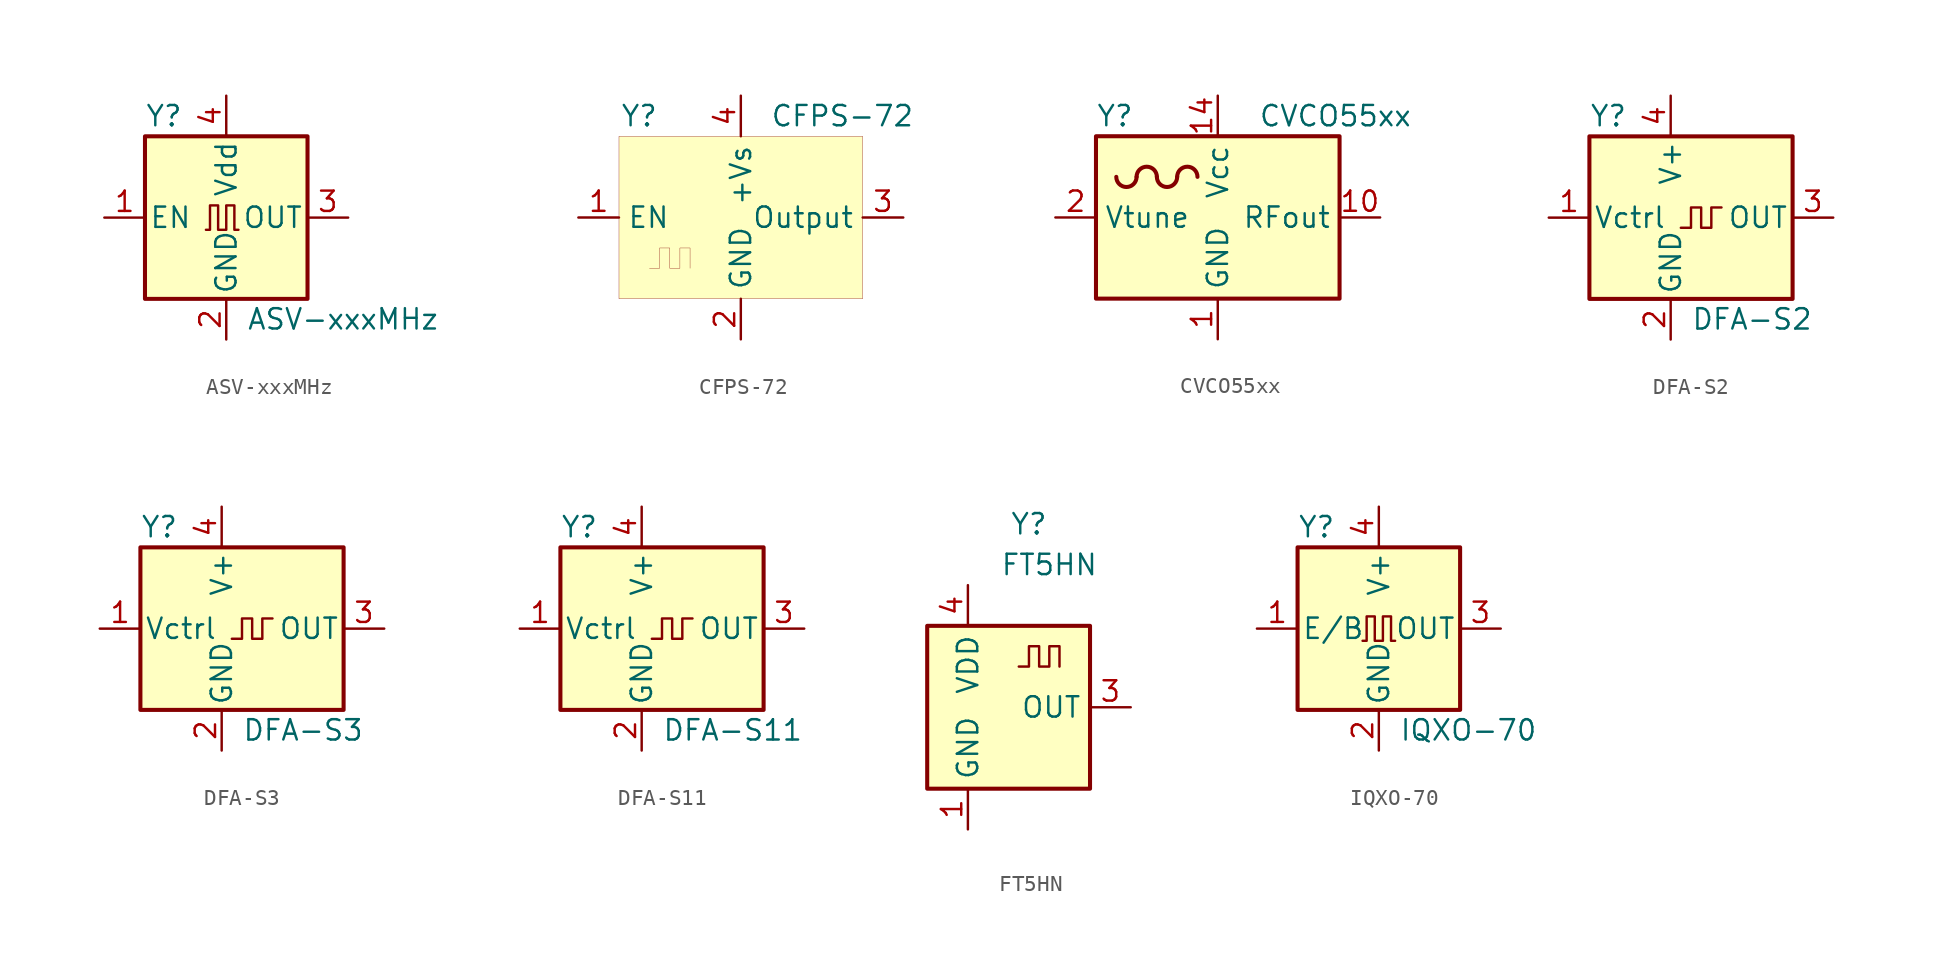
<source format=kicad_sym>
(kicad_symbol_lib
  (version 20241209)
  (generator "kicad_symbol_editor")
  (generator_version "9.0")
  (symbol "ASV-xxxMHz"
    (pin_names
      (offset 0.254))
    (property "Reference" "Y"
      (at -5.08 6.35 0)
      (effects (font (size 1.27 1.27)) (justify left)))
    (property "Value" "ASV-xxxMHz"
      (at 1.27 -6.35 0)
      (effects (font (size 1.27 1.27)) (justify left)))
    (symbol "ASV-xxxMHz_0_1"
      (rectangle (start -5.08 5.08) (end 5.08 -5.08) (stroke (width 0.254) (type default)) (fill (type background)))
      (polyline (pts (xy -1.27 -0.762) (xy -1.016 -0.762) (xy -1.016 0.762) (xy -0.508 0.762) (xy -0.508 -0.762) (xy 0 -0.762) (xy 0 0.762) (xy 0.508 0.762) (xy 0.508 -0.762) (xy 0.762 -0.762)) (stroke (width 0) (type default)) (fill (type none))))
    (symbol "ASV-xxxMHz_1_1"
      (pin input line (at -7.62 0 0) (length 2.54) (name "EN" (effects (font (size 1.27 1.27)))) (number "1" (effects (font (size 1.27 1.27)))))
      (pin power_in line (at 0 7.62 270) (length 2.54) (name "Vdd" (effects (font (size 1.27 1.27)))) (number "4" (effects (font (size 1.27 1.27)))))
      (pin power_in line (at 0 -7.62 90) (length 2.54) (name "GND" (effects (font (size 1.27 1.27)))) (number "2" (effects (font (size 1.27 1.27)))))
      (pin output line (at 7.62 0 180) (length 2.54) (name "OUT" (effects (font (size 1.27 1.27)))) (number "3" (effects (font (size 1.27 1.27)))))))
  (symbol "CFPS-72"
    (property "Reference" "Y"
      (at -6.35 6.35 0)
      (effects (font (size 1.27 1.27))))
    (property "Value" "CFPS-72"
      (at 6.35 6.35 0)
      (effects (font (size 1.27 1.27))))
    (symbol "CFPS-72_0_1"
      (rectangle (start -7.62 5.08) (end 7.62 -5.08) (stroke (width 0.001) (type default)) (fill (type background)))
      (polyline (pts (xy -5.715 -3.175) (xy -5.08 -3.175) (xy -5.08 -1.905) (xy -4.445 -1.905) (xy -4.445 -3.175) (xy -3.81 -3.175) (xy -3.81 -1.905) (xy -3.175 -1.905) (xy -3.175 -3.175)) (stroke (width 0.001) (type default)) (fill (type none))))
    (symbol "CFPS-72_1_1"
      (pin input line (at -10.16 0 0) (length 2.54) (name "EN" (effects (font (size 1.27 1.27)))) (number "1" (effects (font (size 1.27 1.27)))))
      (pin power_in line (at 0 7.62 270) (length 2.54) (name "+Vs" (effects (font (size 1.27 1.27)))) (number "4" (effects (font (size 1.27 1.27)))))
      (pin power_in line (at 0 -7.62 90) (length 2.54) (name "GND" (effects (font (size 1.27 1.27)))) (number "2" (effects (font (size 1.27 1.27)))))
      (pin output line (at 10.16 0 180) (length 2.54) (name "Output" (effects (font (size 1.27 1.27)))) (number "3" (effects (font (size 1.27 1.27)))))))
  (symbol "CVCO55xx"
    (property "Reference" "Y"
      (at -7.62 6.35 0)
      (effects (font (size 1.27 1.27)) (justify left)))
    (property "Value" "CVCO55xx"
      (at 2.54 6.35 0)
      (effects (font (size 1.27 1.27)) (justify left)))
    (symbol "CVCO55xx_0_0"
      (pin passive line (at 0 -7.62 90) (length 2.54) (hide yes) (name "GND" (effects (font (size 1.27 1.27)))) (number "15" (effects (font (size 1.27 1.27)))))
      (pin passive line (at 0 -7.62 90) (length 2.54) (hide yes) (name "GND" (effects (font (size 1.27 1.27)))) (number "16" (effects (font (size 1.27 1.27))))))
    (symbol "CVCO55xx_0_1"
      (rectangle (start -7.62 5.08) (end 7.62 -5.08) (stroke (width 0.254) (type default)) (fill (type background)))
      (arc (start -5.08 2.54) (mid -5.715 1.9077) (end -6.35 2.54) (stroke (width 0.254) (type default)) (fill (type none)))
      (arc (start -5.08 2.54) (mid -4.445 3.1723) (end -3.81 2.54) (stroke (width 0.254) (type default)) (fill (type none)))
      (arc (start -2.54 2.54) (mid -3.175 1.9077) (end -3.81 2.54) (stroke (width 0.254) (type default)) (fill (type none)))
      (arc (start -2.54 2.54) (mid -1.905 3.1723) (end -1.27 2.54) (stroke (width 0.254) (type default)) (fill (type none))))
    (symbol "CVCO55xx_1_1"
      (pin passive line (at -10.16 0 0) (length 2.54) (name "Vtune" (effects (font (size 1.27 1.27)))) (number "2" (effects (font (size 1.27 1.27)))))
      (pin power_in line (at 0 7.62 270) (length 2.54) (name "Vcc" (effects (font (size 1.27 1.27)))) (number "14" (effects (font (size 1.27 1.27)))))
      (pin power_in line (at 0 -7.62 90) (length 2.54) (name "GND" (effects (font (size 1.27 1.27)))) (number "1" (effects (font (size 1.27 1.27)))))
      (pin passive line (at 0 -7.62 90) (length 2.54) (hide yes) (name "GND" (effects (font (size 1.27 1.27)))) (number "11" (effects (font (size 1.27 1.27)))))
      (pin passive line (at 0 -7.62 90) (length 2.54) (hide yes) (name "GND" (effects (font (size 1.27 1.27)))) (number "12" (effects (font (size 1.27 1.27)))))
      (pin passive line (at 0 -7.62 90) (length 2.54) (hide yes) (name "GND" (effects (font (size 1.27 1.27)))) (number "13" (effects (font (size 1.27 1.27)))))
      (pin passive line (at 0 -7.62 90) (length 2.54) (hide yes) (name "GND" (effects (font (size 1.27 1.27)))) (number "3" (effects (font (size 1.27 1.27)))))
      (pin passive line (at 0 -7.62 90) (length 2.54) (hide yes) (name "GND" (effects (font (size 1.27 1.27)))) (number "4" (effects (font (size 1.27 1.27)))))
      (pin passive line (at 0 -7.62 90) (length 2.54) (hide yes) (name "GND" (effects (font (size 1.27 1.27)))) (number "5" (effects (font (size 1.27 1.27)))))
      (pin passive line (at 0 -7.62 90) (length 2.54) (hide yes) (name "GND" (effects (font (size 1.27 1.27)))) (number "6" (effects (font (size 1.27 1.27)))))
      (pin passive line (at 0 -7.62 90) (length 2.54) (hide yes) (name "GND" (effects (font (size 1.27 1.27)))) (number "7" (effects (font (size 1.27 1.27)))))
      (pin passive line (at 0 -7.62 90) (length 2.54) (hide yes) (name "GND" (effects (font (size 1.27 1.27)))) (number "8" (effects (font (size 1.27 1.27)))))
      (pin passive line (at 0 -7.62 90) (length 2.54) (hide yes) (name "GND" (effects (font (size 1.27 1.27)))) (number "9" (effects (font (size 1.27 1.27)))))
      (pin output line (at 10.16 0 180) (length 2.54) (name "RFout" (effects (font (size 1.27 1.27)))) (number "10" (effects (font (size 1.27 1.27)))))))
  (symbol "DFA-S2"
    (pin_names
      (offset 0.254))
    (property "Reference" "Y"
      (at -5.08 6.35 0)
      (effects (font (size 1.27 1.27)) (justify left)))
    (property "Value" "DFA-S2"
      (at 1.27 -6.35 0)
      (effects (font (size 1.27 1.27)) (justify left)))
    (symbol "DFA-S2_0_1"
      (rectangle (start -5.08 5.08) (end 7.62 -5.08) (stroke (width 0.254) (type default)) (fill (type background)))
      (polyline (pts (xy 0.635 -0.635) (xy 1.27 -0.635) (xy 1.27 0.635) (xy 1.905 0.635) (xy 1.905 -0.635) (xy 2.54 -0.635) (xy 2.54 0.635) (xy 3.175 0.635)) (stroke (width 0) (type default)) (fill (type none))))
    (symbol "DFA-S2_1_1"
      (pin input line (at -7.62 0 0) (length 2.54) (name "Vctrl" (effects (font (size 1.27 1.27)))) (number "1" (effects (font (size 1.27 1.27)))))
      (pin power_in line (at 0 7.62 270) (length 2.54) (name "V+" (effects (font (size 1.27 1.27)))) (number "4" (effects (font (size 1.27 1.27)))))
      (pin power_in line (at 0 -7.62 90) (length 2.54) (name "GND" (effects (font (size 1.27 1.27)))) (number "2" (effects (font (size 1.27 1.27)))))
      (pin output line (at 10.16 0 180) (length 2.54) (name "OUT" (effects (font (size 1.27 1.27)))) (number "3" (effects (font (size 1.27 1.27)))))))
  (symbol "DFA-S3"
    (pin_names
      (offset 0.254))
    (property "Reference" "Y"
      (at -5.08 6.35 0)
      (effects (font (size 1.27 1.27)) (justify left)))
    (property "Value" "DFA-S3"
      (at 1.27 -6.35 0)
      (effects (font (size 1.27 1.27)) (justify left)))
    (symbol "DFA-S3_0_1"
      (rectangle (start -5.08 5.08) (end 7.62 -5.08) (stroke (width 0.254) (type default)) (fill (type background)))
      (polyline (pts (xy 0.635 -0.635) (xy 1.27 -0.635) (xy 1.27 0.635) (xy 1.905 0.635) (xy 1.905 -0.635) (xy 2.54 -0.635) (xy 2.54 0.635) (xy 3.175 0.635)) (stroke (width 0) (type default)) (fill (type none))))
    (symbol "DFA-S3_1_1"
      (pin input line (at -7.62 0 0) (length 2.54) (name "Vctrl" (effects (font (size 1.27 1.27)))) (number "1" (effects (font (size 1.27 1.27)))))
      (pin power_in line (at 0 7.62 270) (length 2.54) (name "V+" (effects (font (size 1.27 1.27)))) (number "4" (effects (font (size 1.27 1.27)))))
      (pin power_in line (at 0 -7.62 90) (length 2.54) (name "GND" (effects (font (size 1.27 1.27)))) (number "2" (effects (font (size 1.27 1.27)))))
      (pin output line (at 10.16 0 180) (length 2.54) (name "OUT" (effects (font (size 1.27 1.27)))) (number "3" (effects (font (size 1.27 1.27)))))))
  (symbol "DFA-S11"
    (pin_names
      (offset 0.254))
    (property "Reference" "Y"
      (at -5.08 6.35 0)
      (effects (font (size 1.27 1.27)) (justify left)))
    (property "Value" "DFA-S11"
      (at 1.27 -6.35 0)
      (effects (font (size 1.27 1.27)) (justify left)))
    (symbol "DFA-S11_0_1"
      (rectangle (start -5.08 5.08) (end 7.62 -5.08) (stroke (width 0.254) (type default)) (fill (type background)))
      (polyline (pts (xy 0.635 -0.635) (xy 1.27 -0.635) (xy 1.27 0.635) (xy 1.905 0.635) (xy 1.905 -0.635) (xy 2.54 -0.635) (xy 2.54 0.635) (xy 3.175 0.635)) (stroke (width 0) (type default)) (fill (type none))))
    (symbol "DFA-S11_1_1"
      (pin input line (at -7.62 0 0) (length 2.54) (name "Vctrl" (effects (font (size 1.27 1.27)))) (number "1" (effects (font (size 1.27 1.27)))))
      (pin power_in line (at 0 7.62 270) (length 2.54) (name "V+" (effects (font (size 1.27 1.27)))) (number "4" (effects (font (size 1.27 1.27)))))
      (pin power_in line (at 0 -7.62 90) (length 2.54) (name "GND" (effects (font (size 1.27 1.27)))) (number "2" (effects (font (size 1.27 1.27)))))
      (pin output line (at 10.16 0 180) (length 2.54) (name "OUT" (effects (font (size 1.27 1.27)))) (number "3" (effects (font (size 1.27 1.27)))))))
  (symbol "FT5HN"
    (property "Reference" "Y"
      (at 1.27 11.43 0)
      (effects (font (size 1.27 1.27))))
    (property "Value" "FT5HN"
      (at 2.54 8.89 0)
      (effects (font (size 1.27 1.27))))
    (symbol "FT5HN_0_1"
      (rectangle (start -5.08 5.08) (end 5.08 -5.08) (stroke (width 0.254) (type default)) (fill (type background)))
      (polyline (pts (xy 0.635 2.54) (xy 1.27 2.54) (xy 1.27 3.81) (xy 1.905 3.81) (xy 1.905 2.54) (xy 2.54 2.54) (xy 2.54 3.81) (xy 3.175 3.81) (xy 3.175 2.54)) (stroke (width 0) (type default)) (fill (type none))))
    (symbol "FT5HN_1_1"
      (pin power_in line (at -2.54 7.62 270) (length 2.54) (name "VDD" (effects (font (size 1.27 1.27)))) (number "4" (effects (font (size 1.27 1.27)))))
      (pin power_in line (at -2.54 -7.62 90) (length 2.54) (name "GND" (effects (font (size 1.27 1.27)))) (number "1" (effects (font (size 1.27 1.27)))))
      (pin passive line (at -2.54 -7.62 90) (length 2.54) (hide yes) (name "GND" (effects (font (size 1.27 1.27)))) (number "2" (effects (font (size 1.27 1.27)))))
      (pin output line (at 7.62 0 180) (length 2.54) (name "OUT" (effects (font (size 1.27 1.27)))) (number "3" (effects (font (size 1.27 1.27)))))))
  (symbol "IQXO-70"
    (pin_names
      (offset 0.254))
    (property "Reference" "Y"
      (at -5.08 6.35 0)
      (effects (font (size 1.27 1.27)) (justify left)))
    (property "Value" "IQXO-70"
      (at 1.27 -6.35 0)
      (effects (font (size 1.27 1.27)) (justify left)))
    (symbol "IQXO-70_0_1"
      (rectangle (start -5.08 5.08) (end 5.08 -5.08) (stroke (width 0.254) (type default)) (fill (type background)))
      (polyline (pts (xy -1.016 -0.762) (xy -0.762 -0.762) (xy -0.762 0.762) (xy -0.254 0.762) (xy -0.254 -0.762) (xy 0.254 -0.762) (xy 0.254 0.762) (xy 0.762 0.762) (xy 0.762 -0.762) (xy 1.016 -0.762)) (stroke (width 0) (type default)) (fill (type none))))
    (symbol "IQXO-70_1_1"
      (pin input line (at -7.62 0 0) (length 2.54) (name "E/B" (effects (font (size 1.27 1.27)))) (number "1" (effects (font (size 1.27 1.27)))))
      (pin power_in line (at 0 7.62 270) (length 2.54) (name "V+" (effects (font (size 1.27 1.27)))) (number "4" (effects (font (size 1.27 1.27)))))
      (pin power_in line (at 0 -7.62 90) (length 2.54) (name "GND" (effects (font (size 1.27 1.27)))) (number "2" (effects (font (size 1.27 1.27)))))
      (pin output line (at 7.62 0 180) (length 2.54) (name "OUT" (effects (font (size 1.27 1.27)))) (number "3" (effects (font (size 1.27 1.27))))))))
</source>
